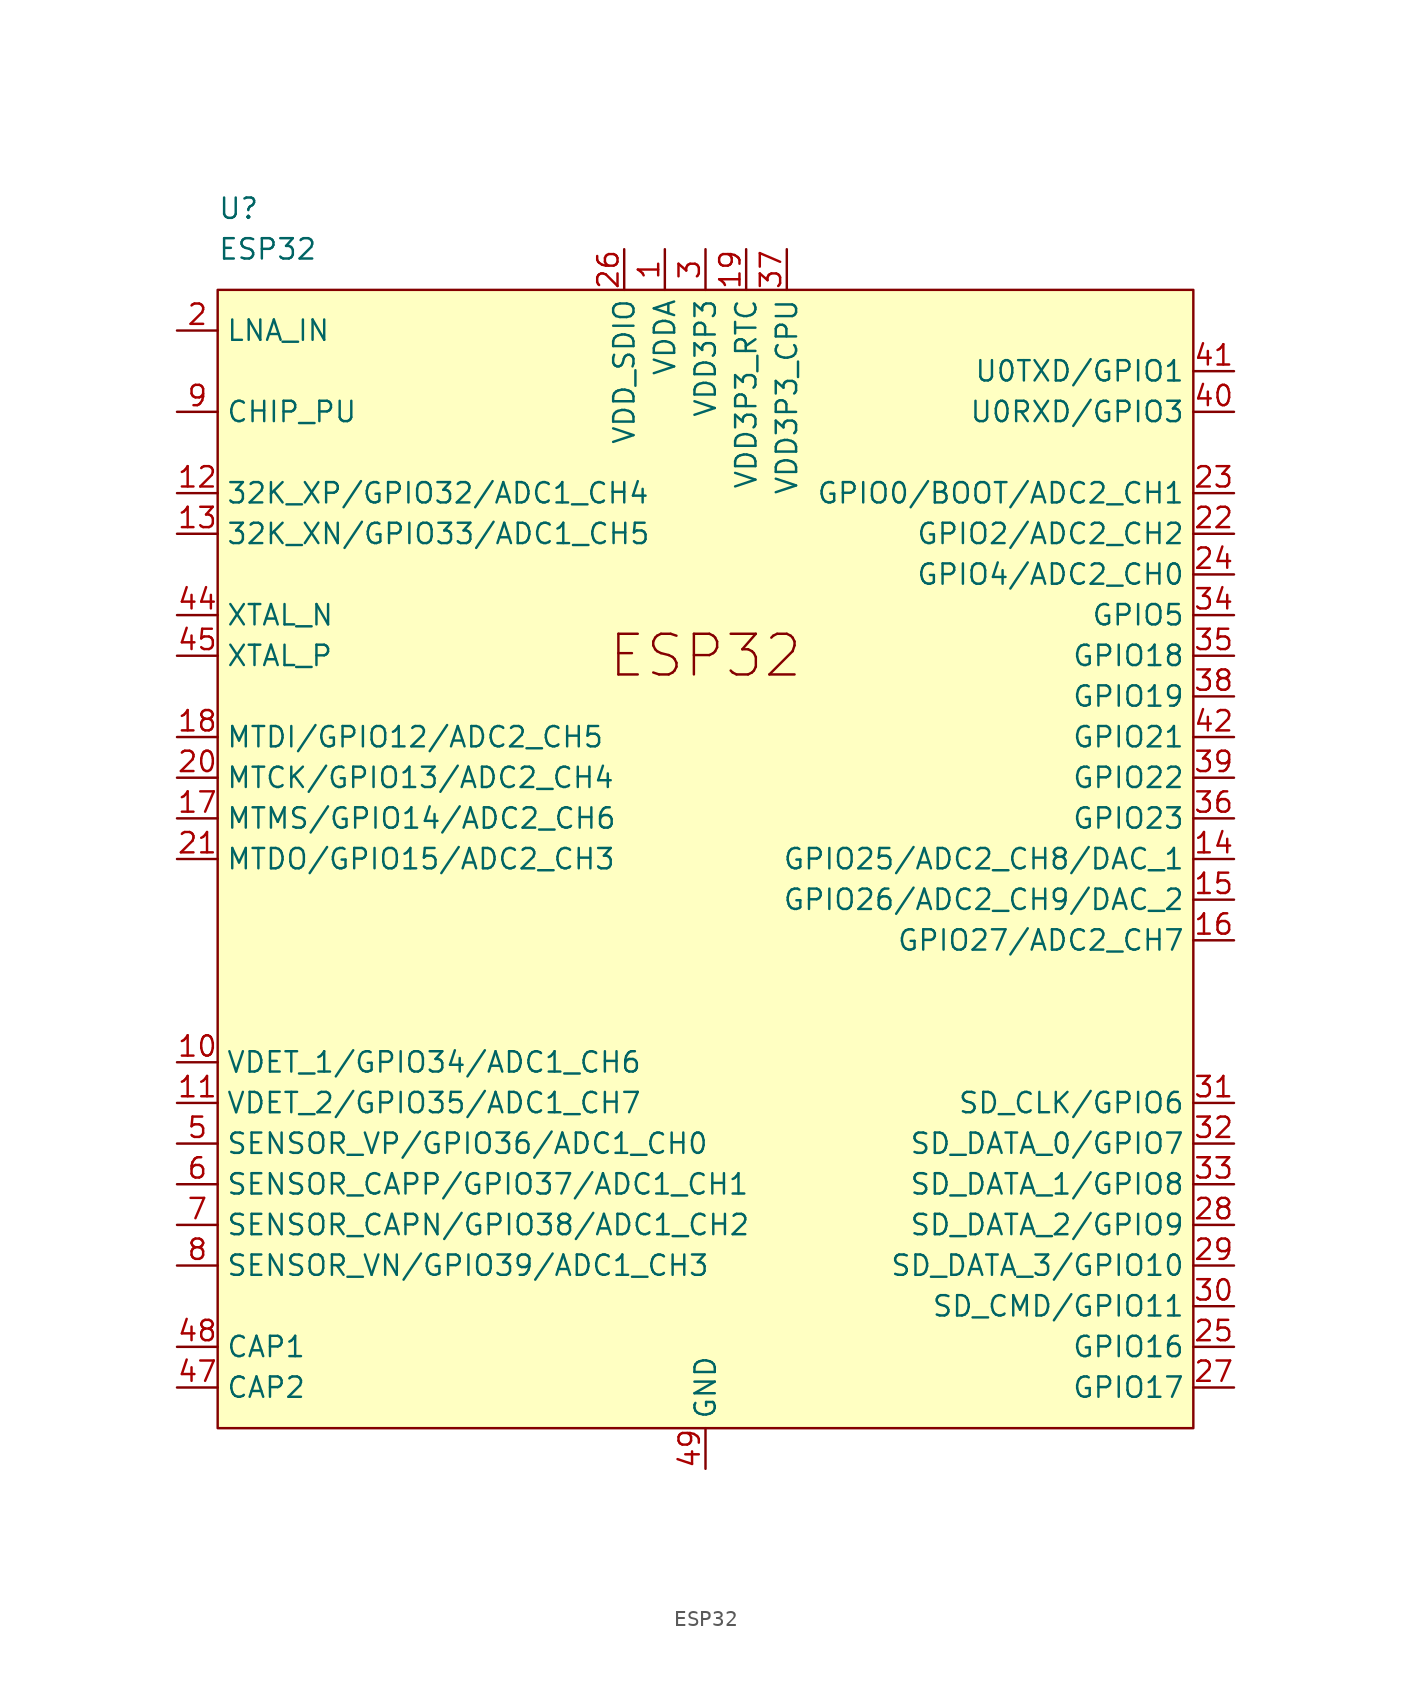
<source format=kicad_sym>
(kicad_symbol_lib
  (version 20241209)
  (generator "kicad_symbol_editor")
  (generator_version "9.0")
  (symbol "ESP32"
    (property "Reference" "U"
      (at -30.48 40.64 0)
      (effects (font (size 1.27 1.27)) (justify left)))
    (property "Value" "ESP32"
      (at -30.48 38.1 0)
      (effects (font (size 1.27 1.27)) (justify left)))
    (symbol "ESP32_0_0"
      (text "ESP32" (at 0 12.7 0) (effects (font (size 2.54 2.54)))))
    (symbol "ESP32_0_1"
      (rectangle (start -30.48 35.56) (end 30.48 -35.56) (stroke (width 0) (type default)) (fill (type background))))
    (symbol "ESP32_1_1"
      (pin bidirectional line (at -33.02 33.02 0) (length 2.54) (name "LNA_IN" (effects (font (size 1.27 1.27)))) (number "2" (effects (font (size 1.27 1.27)))))
      (pin input line (at -33.02 27.94 0) (length 2.54) (name "CHIP_PU" (effects (font (size 1.27 1.27)))) (number "9" (effects (font (size 1.27 1.27)))))
      (pin bidirectional line (at -33.02 22.86 0) (length 2.54) (name "32K_XP/GPIO32/ADC1_CH4" (effects (font (size 1.27 1.27)))) (number "12" (effects (font (size 1.27 1.27)))))
      (pin bidirectional line (at -33.02 20.32 0) (length 2.54) (name "32K_XN/GPIO33/ADC1_CH5" (effects (font (size 1.27 1.27)))) (number "13" (effects (font (size 1.27 1.27)))))
      (pin output line (at -33.02 15.24 0) (length 2.54) (name "XTAL_N" (effects (font (size 1.27 1.27)))) (number "44" (effects (font (size 1.27 1.27)))))
      (pin input line (at -33.02 12.7 0) (length 2.54) (name "XTAL_P" (effects (font (size 1.27 1.27)))) (number "45" (effects (font (size 1.27 1.27)))))
      (pin bidirectional line (at -33.02 7.62 0) (length 2.54) (name "MTDI/GPIO12/ADC2_CH5" (effects (font (size 1.27 1.27)))) (number "18" (effects (font (size 1.27 1.27)))))
      (pin bidirectional line (at -33.02 5.08 0) (length 2.54) (name "MTCK/GPIO13/ADC2_CH4" (effects (font (size 1.27 1.27)))) (number "20" (effects (font (size 1.27 1.27)))))
      (pin bidirectional line (at -33.02 2.54 0) (length 2.54) (name "MTMS/GPIO14/ADC2_CH6" (effects (font (size 1.27 1.27)))) (number "17" (effects (font (size 1.27 1.27)))))
      (pin bidirectional line (at -33.02 0 0) (length 2.54) (name "MTDO/GPIO15/ADC2_CH3" (effects (font (size 1.27 1.27)))) (number "21" (effects (font (size 1.27 1.27)))))
      (pin input line (at -33.02 -12.7 0) (length 2.54) (name "VDET_1/GPIO34/ADC1_CH6" (effects (font (size 1.27 1.27)))) (number "10" (effects (font (size 1.27 1.27)))))
      (pin input line (at -33.02 -15.24 0) (length 2.54) (name "VDET_2/GPIO35/ADC1_CH7" (effects (font (size 1.27 1.27)))) (number "11" (effects (font (size 1.27 1.27)))))
      (pin input line (at -33.02 -17.78 0) (length 2.54) (name "SENSOR_VP/GPIO36/ADC1_CH0" (effects (font (size 1.27 1.27)))) (number "5" (effects (font (size 1.27 1.27)))))
      (pin input line (at -33.02 -20.32 0) (length 2.54) (name "SENSOR_CAPP/GPIO37/ADC1_CH1" (effects (font (size 1.27 1.27)))) (number "6" (effects (font (size 1.27 1.27)))))
      (pin input line (at -33.02 -22.86 0) (length 2.54) (name "SENSOR_CAPN/GPIO38/ADC1_CH2" (effects (font (size 1.27 1.27)))) (number "7" (effects (font (size 1.27 1.27)))))
      (pin input line (at -33.02 -25.4 0) (length 2.54) (name "SENSOR_VN/GPIO39/ADC1_CH3" (effects (font (size 1.27 1.27)))) (number "8" (effects (font (size 1.27 1.27)))))
      (pin input line (at -33.02 -30.48 0) (length 2.54) (name "CAP1" (effects (font (size 1.27 1.27)))) (number "48" (effects (font (size 1.27 1.27)))))
      (pin input line (at -33.02 -33.02 0) (length 2.54) (name "CAP2" (effects (font (size 1.27 1.27)))) (number "47" (effects (font (size 1.27 1.27)))))
      (pin power_out line (at -5.08 38.1 270) (length 2.54) (name "VDD_SDIO" (effects (font (size 1.27 1.27)))) (number "26" (effects (font (size 1.27 1.27)))))
      (pin power_in line (at -2.54 38.1 270) (length 2.54) (name "VDDA" (effects (font (size 1.27 1.27)))) (number "1" (effects (font (size 1.27 1.27)))))
      (pin passive line (at -2.54 38.1 270) (length 2.54) (hide yes) (name "VDDA" (effects (font (size 1.27 1.27)))) (number "43" (effects (font (size 1.27 1.27)))))
      (pin passive line (at -2.54 38.1 270) (length 2.54) (hide yes) (name "VDDA" (effects (font (size 1.27 1.27)))) (number "46" (effects (font (size 1.27 1.27)))))
      (pin power_in line (at 0 38.1 270) (length 2.54) (name "VDD3P3" (effects (font (size 1.27 1.27)))) (number "3" (effects (font (size 1.27 1.27)))))
      (pin passive line (at 0 38.1 270) (length 2.54) (hide yes) (name "VDD3P3" (effects (font (size 1.27 1.27)))) (number "4" (effects (font (size 1.27 1.27)))))
      (pin power_in line (at 0 -38.1 90) (length 2.54) (name "GND" (effects (font (size 1.27 1.27)))) (number "49" (effects (font (size 1.27 1.27)))))
      (pin power_in line (at 2.54 38.1 270) (length 2.54) (name "VDD3P3_RTC" (effects (font (size 1.27 1.27)))) (number "19" (effects (font (size 1.27 1.27)))))
      (pin power_in line (at 5.08 38.1 270) (length 2.54) (name "VDD3P3_CPU" (effects (font (size 1.27 1.27)))) (number "37" (effects (font (size 1.27 1.27)))))
      (pin bidirectional line (at 33.02 30.48 180) (length 2.54) (name "U0TXD/GPIO1" (effects (font (size 1.27 1.27)))) (number "41" (effects (font (size 1.27 1.27)))))
      (pin bidirectional line (at 33.02 27.94 180) (length 2.54) (name "U0RXD/GPIO3" (effects (font (size 1.27 1.27)))) (number "40" (effects (font (size 1.27 1.27)))))
      (pin bidirectional line (at 33.02 22.86 180) (length 2.54) (name "GPIO0/BOOT/ADC2_CH1" (effects (font (size 1.27 1.27)))) (number "23" (effects (font (size 1.27 1.27)))))
      (pin bidirectional line (at 33.02 20.32 180) (length 2.54) (name "GPIO2/ADC2_CH2" (effects (font (size 1.27 1.27)))) (number "22" (effects (font (size 1.27 1.27)))))
      (pin bidirectional line (at 33.02 17.78 180) (length 2.54) (name "GPIO4/ADC2_CH0" (effects (font (size 1.27 1.27)))) (number "24" (effects (font (size 1.27 1.27)))))
      (pin bidirectional line (at 33.02 15.24 180) (length 2.54) (name "GPIO5" (effects (font (size 1.27 1.27)))) (number "34" (effects (font (size 1.27 1.27)))))
      (pin bidirectional line (at 33.02 12.7 180) (length 2.54) (name "GPIO18" (effects (font (size 1.27 1.27)))) (number "35" (effects (font (size 1.27 1.27)))))
      (pin bidirectional line (at 33.02 10.16 180) (length 2.54) (name "GPIO19" (effects (font (size 1.27 1.27)))) (number "38" (effects (font (size 1.27 1.27)))))
      (pin bidirectional line (at 33.02 7.62 180) (length 2.54) (name "GPIO21" (effects (font (size 1.27 1.27)))) (number "42" (effects (font (size 1.27 1.27)))))
      (pin bidirectional line (at 33.02 5.08 180) (length 2.54) (name "GPIO22" (effects (font (size 1.27 1.27)))) (number "39" (effects (font (size 1.27 1.27)))))
      (pin bidirectional line (at 33.02 2.54 180) (length 2.54) (name "GPIO23" (effects (font (size 1.27 1.27)))) (number "36" (effects (font (size 1.27 1.27)))))
      (pin bidirectional line (at 33.02 0 180) (length 2.54) (name "GPIO25/ADC2_CH8/DAC_1" (effects (font (size 1.27 1.27)))) (number "14" (effects (font (size 1.27 1.27)))))
      (pin bidirectional line (at 33.02 -2.54 180) (length 2.54) (name "GPIO26/ADC2_CH9/DAC_2" (effects (font (size 1.27 1.27)))) (number "15" (effects (font (size 1.27 1.27)))))
      (pin bidirectional line (at 33.02 -5.08 180) (length 2.54) (name "GPIO27/ADC2_CH7" (effects (font (size 1.27 1.27)))) (number "16" (effects (font (size 1.27 1.27)))))
      (pin bidirectional line (at 33.02 -15.24 180) (length 2.54) (name "SD_CLK/GPIO6" (effects (font (size 1.27 1.27)))) (number "31" (effects (font (size 1.27 1.27)))))
      (pin bidirectional line (at 33.02 -17.78 180) (length 2.54) (name "SD_DATA_0/GPIO7" (effects (font (size 1.27 1.27)))) (number "32" (effects (font (size 1.27 1.27)))))
      (pin bidirectional line (at 33.02 -20.32 180) (length 2.54) (name "SD_DATA_1/GPIO8" (effects (font (size 1.27 1.27)))) (number "33" (effects (font (size 1.27 1.27)))))
      (pin bidirectional line (at 33.02 -22.86 180) (length 2.54) (name "SD_DATA_2/GPIO9" (effects (font (size 1.27 1.27)))) (number "28" (effects (font (size 1.27 1.27)))))
      (pin bidirectional line (at 33.02 -25.4 180) (length 2.54) (name "SD_DATA_3/GPIO10" (effects (font (size 1.27 1.27)))) (number "29" (effects (font (size 1.27 1.27)))))
      (pin bidirectional line (at 33.02 -27.94 180) (length 2.54) (name "SD_CMD/GPIO11" (effects (font (size 1.27 1.27)))) (number "30" (effects (font (size 1.27 1.27)))))
      (pin bidirectional line (at 33.02 -30.48 180) (length 2.54) (name "GPIO16" (effects (font (size 1.27 1.27)))) (number "25" (effects (font (size 1.27 1.27)))))
      (pin bidirectional line (at 33.02 -33.02 180) (length 2.54) (name "GPIO17" (effects (font (size 1.27 1.27)))) (number "27" (effects (font (size 1.27 1.27))))))))
</source>
